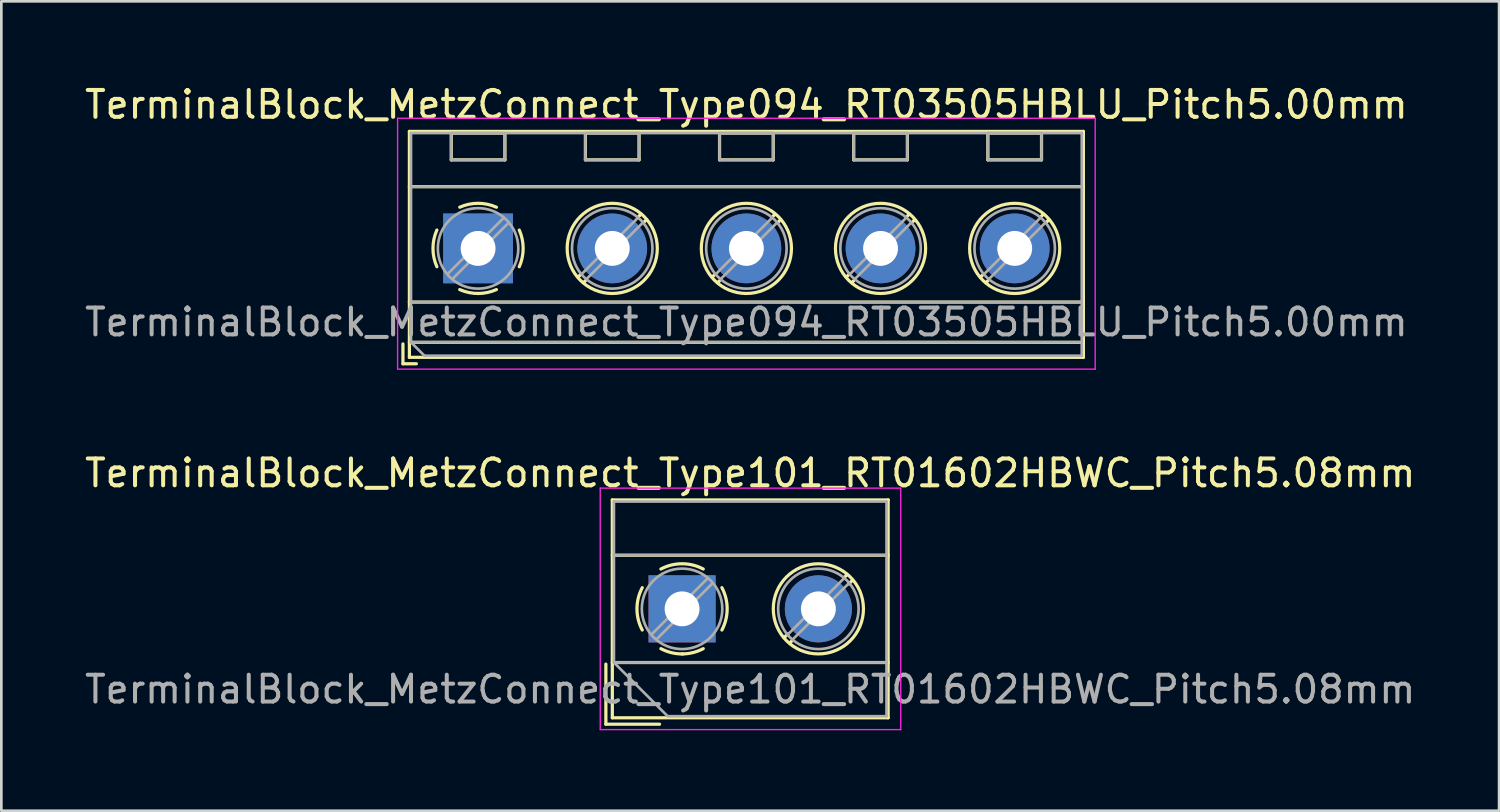
<source format=kicad_pcb>
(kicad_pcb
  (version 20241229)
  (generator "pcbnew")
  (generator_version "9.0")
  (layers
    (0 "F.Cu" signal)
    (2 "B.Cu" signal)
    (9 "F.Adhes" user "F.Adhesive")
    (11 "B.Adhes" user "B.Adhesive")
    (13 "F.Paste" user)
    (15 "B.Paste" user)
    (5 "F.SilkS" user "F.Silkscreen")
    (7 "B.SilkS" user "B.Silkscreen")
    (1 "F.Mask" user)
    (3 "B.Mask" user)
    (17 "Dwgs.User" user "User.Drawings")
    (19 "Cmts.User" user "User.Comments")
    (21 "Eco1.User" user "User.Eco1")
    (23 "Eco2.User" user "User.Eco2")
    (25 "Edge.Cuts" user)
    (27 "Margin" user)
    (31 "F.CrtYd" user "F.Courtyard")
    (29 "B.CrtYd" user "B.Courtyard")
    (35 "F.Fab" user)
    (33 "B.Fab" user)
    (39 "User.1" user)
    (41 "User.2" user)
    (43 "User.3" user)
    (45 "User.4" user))
  (footprint "TerminalBlock_MetzConnect_Type101_RT01602HBWC_Pitch5.08mm"
    (layer "F.Cu")
    (at 22.371 19.642)
    (property "Reference" "TerminalBlock_MetzConnect_Type101_RT01602HBWC_Pitch5.08mm" (at 2.54 -5.06 0) (layer "F.SilkS") (effects (font (size 1 1) (thickness 0.15))))
    (attr through_hole)
    (fp_line (start -2.84 2.06) (end -2.84 4.3) (stroke (width 0.12) (type solid)) (layer "F.SilkS"))
    (fp_line (start -2.84 4.3) (end -0.84 4.3) (stroke (width 0.12) (type solid)) (layer "F.SilkS"))
    (fp_line (start -2.6 -4.06) (end -2.6 4.06) (stroke (width 0.12) (type solid)) (layer "F.SilkS"))
    (fp_line (start -2.6 -2) (end 7.68 -2) (stroke (width 0.12) (type solid)) (layer "F.SilkS"))
    (fp_line (start -2.6 2) (end 7.68 2) (stroke (width 0.12) (type solid)) (layer "F.SilkS"))
    (fp_line (start -2.6 4.06) (end 7.68 4.06) (stroke (width 0.12) (type solid)) (layer "F.SilkS"))
    (fp_line (start 3.947 0.929) (end 3.806 1.069) (stroke (width 0.12) (type solid)) (layer "F.SilkS"))
    (fp_line (start 4.117 1.169) (end 4.011 1.274) (stroke (width 0.12) (type solid)) (layer "F.SilkS"))
    (fp_line (start 6.15 -1.275) (end 6.044 -1.169) (stroke (width 0.12) (type solid)) (layer "F.SilkS"))
    (fp_line (start 6.355 -1.069) (end 6.214 -0.929) (stroke (width 0.12) (type solid)) (layer "F.SilkS"))
    (fp_line (start 7.68 -4.06) (end -2.6 -4.06) (stroke (width 0.12) (type solid)) (layer "F.SilkS"))
    (fp_line (start 7.68 4.06) (end 7.68 -4.06) (stroke (width 0.12) (type solid)) (layer "F.SilkS"))
    (fp_arc (start -1.483953 0.789089) (mid -1.680708 0.00005) (end -1.484 -0.789) (stroke (width 0.12) (type solid)) (layer "F.SilkS"))
    (fp_arc (start -0.789089 -1.483953) (mid -0.00005 -1.680708) (end 0.789 -1.484) (stroke (width 0.12) (type solid)) (layer "F.SilkS"))
    (fp_arc (start 0.029383 1.68045) (mid -0.392304 1.634281) (end -0.789 1.484) (stroke (width 0.12) (type solid)) (layer "F.SilkS"))
    (fp_arc (start 0.788712 1.483352) (mid 0.406429 1.630097) (end 0 1.68) (stroke (width 0.12) (type solid)) (layer "F.SilkS"))
    (fp_arc (start 1.483953 -0.789089) (mid 1.680708 -0.00005) (end 1.484 0.789) (stroke (width 0.12) (type solid)) (layer "F.SilkS"))
    (fp_circle (center 5.08 0) (end 6.76 0) (stroke (width 0.12) (type solid)) (fill no) (layer "F.SilkS"))
    (fp_line (start -3.05 -4.5) (end -3.05 4.5) (stroke (width 0.05) (type solid)) (layer "F.CrtYd"))
    (fp_line (start -3.05 4.5) (end 8.15 4.5) (stroke (width 0.05) (type solid)) (layer "F.CrtYd"))
    (fp_line (start 8.15 -4.5) (end -3.05 -4.5) (stroke (width 0.05) (type solid)) (layer "F.CrtYd"))
    (fp_line (start 8.15 4.5) (end 8.15 -4.5) (stroke (width 0.05) (type solid)) (layer "F.CrtYd"))
    (fp_line (start -2.54 -4) (end 7.62 -4) (stroke (width 0.1) (type solid)) (layer "F.Fab"))
    (fp_line (start -2.54 -2) (end 7.62 -2) (stroke (width 0.1) (type solid)) (layer "F.Fab"))
    (fp_line (start -2.54 2) (end -2.54 -4) (stroke (width 0.1) (type solid)) (layer "F.Fab"))
    (fp_line (start -2.54 2) (end 7.62 2) (stroke (width 0.1) (type solid)) (layer "F.Fab"))
    (fp_line (start -0.54 4) (end -2.54 2) (stroke (width 0.1) (type solid)) (layer "F.Fab"))
    (fp_line (start 0.955 -1.138) (end -1.138 0.955) (stroke (width 0.1) (type solid)) (layer "F.Fab"))
    (fp_line (start 1.138 -0.955) (end -0.955 1.138) (stroke (width 0.1) (type solid)) (layer "F.Fab"))
    (fp_line (start 6.035 -1.138) (end 3.943 0.955) (stroke (width 0.1) (type solid)) (layer "F.Fab"))
    (fp_line (start 6.218 -0.955) (end 4.126 1.138) (stroke (width 0.1) (type solid)) (layer "F.Fab"))
    (fp_line (start 7.62 -4) (end 7.62 4) (stroke (width 0.1) (type solid)) (layer "F.Fab"))
    (fp_line (start 7.62 4) (end -0.54 4) (stroke (width 0.1) (type solid)) (layer "F.Fab"))
    (fp_circle (center 0 0) (end 1.5 0) (stroke (width 0.1) (type solid)) (fill no) (layer "F.Fab"))
    (fp_circle (center 5.08 0) (end 6.58 0) (stroke (width 0.1) (type solid)) (fill no) (layer "F.Fab"))
    (fp_text user "${REFERENCE}" (at 2.54 3 0) (layer "F.Fab") (effects (font (size 1 1) (thickness 0.15))))
    (pad "1" thru_hole rect (at 0 0) (size 2.5 2.5) (drill 1.3) (layers "*.Cu" "*.Mask"))
    (pad "2" thru_hole oval (at 5.08 0) (size 2.5 2.5) (drill 1.3) (layers "*.Cu" "*.Mask")))
  (footprint "TerminalBlock_MetzConnect_Type094_RT03505HBLU_Pitch5.00mm"
    (layer "F.Cu")
    (at 14.768 6.208)
    (property "Reference" "TerminalBlock_MetzConnect_Type094_RT03505HBLU_Pitch5.00mm" (at 10 -5.36 0) (layer "F.SilkS") (effects (font (size 1 1) (thickness 0.15))))
    (attr through_hole)
    (fp_line (start -2.8 3.56) (end -2.8 4.3) (stroke (width 0.12) (type solid)) (layer "F.SilkS"))
    (fp_line (start -2.8 4.3) (end -2.3 4.3) (stroke (width 0.12) (type solid)) (layer "F.SilkS"))
    (fp_line (start -2.56 -4.36) (end -2.56 4.06) (stroke (width 0.12) (type solid)) (layer "F.SilkS"))
    (fp_line (start -2.56 -2.3) (end 22.56 -2.3) (stroke (width 0.12) (type solid)) (layer "F.SilkS"))
    (fp_line (start -2.56 2) (end 22.56 2) (stroke (width 0.12) (type solid)) (layer "F.SilkS"))
    (fp_line (start -2.56 3.5) (end 22.56 3.5) (stroke (width 0.12) (type solid)) (layer "F.SilkS"))
    (fp_line (start -2.56 4.06) (end 22.56 4.06) (stroke (width 0.12) (type solid)) (layer "F.SilkS"))
    (fp_line (start -1 -4.3) (end -1 -3.3) (stroke (width 0.12) (type solid)) (layer "F.SilkS"))
    (fp_line (start -1 -4.3) (end 1 -4.3) (stroke (width 0.12) (type solid)) (layer "F.SilkS"))
    (fp_line (start -1 -3.3) (end 1 -3.3) (stroke (width 0.12) (type solid)) (layer "F.SilkS"))
    (fp_line (start 1 -4.3) (end 1 -3.3) (stroke (width 0.12) (type solid)) (layer "F.SilkS"))
    (fp_line (start 3.82 0.976) (end 3.726 1.069) (stroke (width 0.12) (type solid)) (layer "F.SilkS"))
    (fp_line (start 4 -4.3) (end 4 -3.3) (stroke (width 0.12) (type solid)) (layer "F.SilkS"))
    (fp_line (start 4 -4.3) (end 6 -4.3) (stroke (width 0.12) (type solid)) (layer "F.SilkS"))
    (fp_line (start 4 -3.3) (end 6 -3.3) (stroke (width 0.12) (type solid)) (layer "F.SilkS"))
    (fp_line (start 4.002 1.204) (end 3.931 1.274) (stroke (width 0.12) (type solid)) (layer "F.SilkS"))
    (fp_line (start 6 -4.3) (end 6 -3.3) (stroke (width 0.12) (type solid)) (layer "F.SilkS"))
    (fp_line (start 6.07 -1.275) (end 5.999 -1.204) (stroke (width 0.12) (type solid)) (layer "F.SilkS"))
    (fp_line (start 6.275 -1.069) (end 6.181 -0.976) (stroke (width 0.12) (type solid)) (layer "F.SilkS"))
    (fp_line (start 8.82 0.976) (end 8.726 1.069) (stroke (width 0.12) (type solid)) (layer "F.SilkS"))
    (fp_line (start 9 -4.3) (end 9 -3.3) (stroke (width 0.12) (type solid)) (layer "F.SilkS"))
    (fp_line (start 9 -4.3) (end 11 -4.3) (stroke (width 0.12) (type solid)) (layer "F.SilkS"))
    (fp_line (start 9 -3.3) (end 11 -3.3) (stroke (width 0.12) (type solid)) (layer "F.SilkS"))
    (fp_line (start 9.002 1.204) (end 8.931 1.274) (stroke (width 0.12) (type solid)) (layer "F.SilkS"))
    (fp_line (start 11 -4.3) (end 11 -3.3) (stroke (width 0.12) (type solid)) (layer "F.SilkS"))
    (fp_line (start 11.07 -1.275) (end 10.999 -1.204) (stroke (width 0.12) (type solid)) (layer "F.SilkS"))
    (fp_line (start 11.275 -1.069) (end 11.181 -0.976) (stroke (width 0.12) (type solid)) (layer "F.SilkS"))
    (fp_line (start 13.82 0.976) (end 13.726 1.069) (stroke (width 0.12) (type solid)) (layer "F.SilkS"))
    (fp_line (start 14 -4.3) (end 14 -3.3) (stroke (width 0.12) (type solid)) (layer "F.SilkS"))
    (fp_line (start 14 -4.3) (end 16 -4.3) (stroke (width 0.12) (type solid)) (layer "F.SilkS"))
    (fp_line (start 14 -3.3) (end 16 -3.3) (stroke (width 0.12) (type solid)) (layer "F.SilkS"))
    (fp_line (start 14.002 1.204) (end 13.931 1.274) (stroke (width 0.12) (type solid)) (layer "F.SilkS"))
    (fp_line (start 16 -4.3) (end 16 -3.3) (stroke (width 0.12) (type solid)) (layer "F.SilkS"))
    (fp_line (start 16.07 -1.275) (end 15.999 -1.204) (stroke (width 0.12) (type solid)) (layer "F.SilkS"))
    (fp_line (start 16.275 -1.069) (end 16.181 -0.976) (stroke (width 0.12) (type solid)) (layer "F.SilkS"))
    (fp_line (start 18.82 0.976) (end 18.726 1.069) (stroke (width 0.12) (type solid)) (layer "F.SilkS"))
    (fp_line (start 19 -4.3) (end 19 -3.3) (stroke (width 0.12) (type solid)) (layer "F.SilkS"))
    (fp_line (start 19 -4.3) (end 21 -4.3) (stroke (width 0.12) (type solid)) (layer "F.SilkS"))
    (fp_line (start 19 -3.3) (end 21 -3.3) (stroke (width 0.12) (type solid)) (layer "F.SilkS"))
    (fp_line (start 19.002 1.204) (end 18.931 1.274) (stroke (width 0.12) (type solid)) (layer "F.SilkS"))
    (fp_line (start 21 -4.3) (end 21 -3.3) (stroke (width 0.12) (type solid)) (layer "F.SilkS"))
    (fp_line (start 21.07 -1.275) (end 20.999 -1.204) (stroke (width 0.12) (type solid)) (layer "F.SilkS"))
    (fp_line (start 21.275 -1.069) (end 21.181 -0.976) (stroke (width 0.12) (type solid)) (layer "F.SilkS"))
    (fp_line (start 22.56 -4.36) (end -2.56 -4.36) (stroke (width 0.12) (type solid)) (layer "F.SilkS"))
    (fp_line (start 22.56 4.06) (end 22.56 -4.36) (stroke (width 0.12) (type solid)) (layer "F.SilkS"))
    (fp_arc (start -1.535427 0.683042) (mid -1.680501 -0.000524) (end -1.535 -0.684) (stroke (width 0.12) (type solid)) (layer "F.SilkS"))
    (fp_arc (start -0.683042 -1.535427) (mid 0.000524 -1.680501) (end 0.684 -1.535) (stroke (width 0.12) (type solid)) (layer "F.SilkS"))
    (fp_arc (start 0.028805 1.680253) (mid -0.335551 1.646659) (end -0.684 1.535) (stroke (width 0.12) (type solid)) (layer "F.SilkS"))
    (fp_arc (start 0.683318 1.534756) (mid 0.349292 1.643288) (end 0 1.68) (stroke (width 0.12) (type solid)) (layer "F.SilkS"))
    (fp_arc (start 1.535427 -0.683042) (mid 1.680501 0.000524) (end 1.535 0.684) (stroke (width 0.12) (type solid)) (layer "F.SilkS"))
    (fp_circle (center 5 0) (end 6.68 0) (stroke (width 0.12) (type solid)) (fill no) (layer "F.SilkS"))
    (fp_circle (center 10 0) (end 11.68 0) (stroke (width 0.12) (type solid)) (fill no) (layer "F.SilkS"))
    (fp_circle (center 15 0) (end 16.68 0) (stroke (width 0.12) (type solid)) (fill no) (layer "F.SilkS"))
    (fp_circle (center 20 0) (end 21.68 0) (stroke (width 0.12) (type solid)) (fill no) (layer "F.SilkS"))
    (fp_line (start -3 -4.85) (end -3 4.5) (stroke (width 0.05) (type solid)) (layer "F.CrtYd"))
    (fp_line (start -3 4.5) (end 23 4.5) (stroke (width 0.05) (type solid)) (layer "F.CrtYd"))
    (fp_line (start 23 -4.85) (end -3 -4.85) (stroke (width 0.05) (type solid)) (layer "F.CrtYd"))
    (fp_line (start 23 4.5) (end 23 -4.85) (stroke (width 0.05) (type solid)) (layer "F.CrtYd"))
    (fp_line (start -2.5 -4.3) (end 22.5 -4.3) (stroke (width 0.1) (type solid)) (layer "F.Fab"))
    (fp_line (start -2.5 -2.3) (end 22.5 -2.3) (stroke (width 0.1) (type solid)) (layer "F.Fab"))
    (fp_line (start -2.5 2) (end 22.5 2) (stroke (width 0.1) (type solid)) (layer "F.Fab"))
    (fp_line (start -2.5 3.5) (end -2.5 -4.3) (stroke (width 0.1) (type solid)) (layer "F.Fab"))
    (fp_line (start -2.5 3.5) (end 22.5 3.5) (stroke (width 0.1) (type solid)) (layer "F.Fab"))
    (fp_line (start -2 4) (end -2.5 3.5) (stroke (width 0.1) (type solid)) (layer "F.Fab"))
    (fp_line (start -1 -4.3) (end -1 -3.3) (stroke (width 0.1) (type solid)) (layer "F.Fab"))
    (fp_line (start -1 -3.3) (end 1 -3.3) (stroke (width 0.1) (type solid)) (layer "F.Fab"))
    (fp_line (start 0.955 -1.138) (end -1.138 0.955) (stroke (width 0.1) (type solid)) (layer "F.Fab"))
    (fp_line (start 1 -4.3) (end -1 -4.3) (stroke (width 0.1) (type solid)) (layer "F.Fab"))
    (fp_line (start 1 -3.3) (end 1 -4.3) (stroke (width 0.1) (type solid)) (layer "F.Fab"))
    (fp_line (start 1.138 -0.955) (end -0.955 1.138) (stroke (width 0.1) (type solid)) (layer "F.Fab"))
    (fp_line (start 4 -4.3) (end 4 -3.3) (stroke (width 0.1) (type solid)) (layer "F.Fab"))
    (fp_line (start 4 -3.3) (end 6 -3.3) (stroke (width 0.1) (type solid)) (layer "F.Fab"))
    (fp_line (start 5.955 -1.138) (end 3.863 0.955) (stroke (width 0.1) (type solid)) (layer "F.Fab"))
    (fp_line (start 6 -4.3) (end 4 -4.3) (stroke (width 0.1) (type solid)) (layer "F.Fab"))
    (fp_line (start 6 -3.3) (end 6 -4.3) (stroke (width 0.1) (type solid)) (layer "F.Fab"))
    (fp_line (start 6.138 -0.955) (end 4.046 1.138) (stroke (width 0.1) (type solid)) (layer "F.Fab"))
    (fp_line (start 9 -4.3) (end 9 -3.3) (stroke (width 0.1) (type solid)) (layer "F.Fab"))
    (fp_line (start 9 -3.3) (end 11 -3.3) (stroke (width 0.1) (type solid)) (layer "F.Fab"))
    (fp_line (start 10.955 -1.138) (end 8.863 0.955) (stroke (width 0.1) (type solid)) (layer "F.Fab"))
    (fp_line (start 11 -4.3) (end 9 -4.3) (stroke (width 0.1) (type solid)) (layer "F.Fab"))
    (fp_line (start 11 -3.3) (end 11 -4.3) (stroke (width 0.1) (type solid)) (layer "F.Fab"))
    (fp_line (start 11.138 -0.955) (end 9.046 1.138) (stroke (width 0.1) (type solid)) (layer "F.Fab"))
    (fp_line (start 14 -4.3) (end 14 -3.3) (stroke (width 0.1) (type solid)) (layer "F.Fab"))
    (fp_line (start 14 -3.3) (end 16 -3.3) (stroke (width 0.1) (type solid)) (layer "F.Fab"))
    (fp_line (start 15.955 -1.138) (end 13.863 0.955) (stroke (width 0.1) (type solid)) (layer "F.Fab"))
    (fp_line (start 16 -4.3) (end 14 -4.3) (stroke (width 0.1) (type solid)) (layer "F.Fab"))
    (fp_line (start 16 -3.3) (end 16 -4.3) (stroke (width 0.1) (type solid)) (layer "F.Fab"))
    (fp_line (start 16.138 -0.955) (end 14.046 1.138) (stroke (width 0.1) (type solid)) (layer "F.Fab"))
    (fp_line (start 19 -4.3) (end 19 -3.3) (stroke (width 0.1) (type solid)) (layer "F.Fab"))
    (fp_line (start 19 -3.3) (end 21 -3.3) (stroke (width 0.1) (type solid)) (layer "F.Fab"))
    (fp_line (start 20.955 -1.138) (end 18.863 0.955) (stroke (width 0.1) (type solid)) (layer "F.Fab"))
    (fp_line (start 21 -4.3) (end 19 -4.3) (stroke (width 0.1) (type solid)) (layer "F.Fab"))
    (fp_line (start 21 -3.3) (end 21 -4.3) (stroke (width 0.1) (type solid)) (layer "F.Fab"))
    (fp_line (start 21.138 -0.955) (end 19.046 1.138) (stroke (width 0.1) (type solid)) (layer "F.Fab"))
    (fp_line (start 22.5 -4.3) (end 22.5 4) (stroke (width 0.1) (type solid)) (layer "F.Fab"))
    (fp_line (start 22.5 4) (end -2 4) (stroke (width 0.1) (type solid)) (layer "F.Fab"))
    (fp_circle (center 0 0) (end 1.5 0) (stroke (width 0.1) (type solid)) (fill no) (layer "F.Fab"))
    (fp_circle (center 5 0) (end 6.5 0) (stroke (width 0.1) (type solid)) (fill no) (layer "F.Fab"))
    (fp_circle (center 10 0) (end 11.5 0) (stroke (width 0.1) (type solid)) (fill no) (layer "F.Fab"))
    (fp_circle (center 15 0) (end 16.5 0) (stroke (width 0.1) (type solid)) (fill no) (layer "F.Fab"))
    (fp_circle (center 20 0) (end 21.5 0) (stroke (width 0.1) (type solid)) (fill no) (layer "F.Fab"))
    (fp_text user "${REFERENCE}" (at 10 2.75 0) (layer "F.Fab") (effects (font (size 1 1) (thickness 0.15))))
    (pad "1" thru_hole rect (at 0 0) (size 2.6 2.6) (drill 1.3) (layers "*.Cu" "*.Mask"))
    (pad "2" thru_hole oval (at 5 0) (size 2.6 2.6) (drill 1.3) (layers "*.Cu" "*.Mask"))
    (pad "3" thru_hole oval (at 10 0) (size 2.6 2.6) (drill 1.3) (layers "*.Cu" "*.Mask"))
    (pad "4" thru_hole oval (at 15 0) (size 2.6 2.6) (drill 1.3) (layers "*.Cu" "*.Mask"))
    (pad "5" thru_hole oval (at 20 0) (size 2.6 2.6) (drill 1.3) (layers "*.Cu" "*.Mask")))
  (gr_rect
    (start -3 -3)
    (end 52.821 27.166)
    (stroke (width 0.1) (type default))
    (fill no)
    (layer "Edge.Cuts")))
</source>
